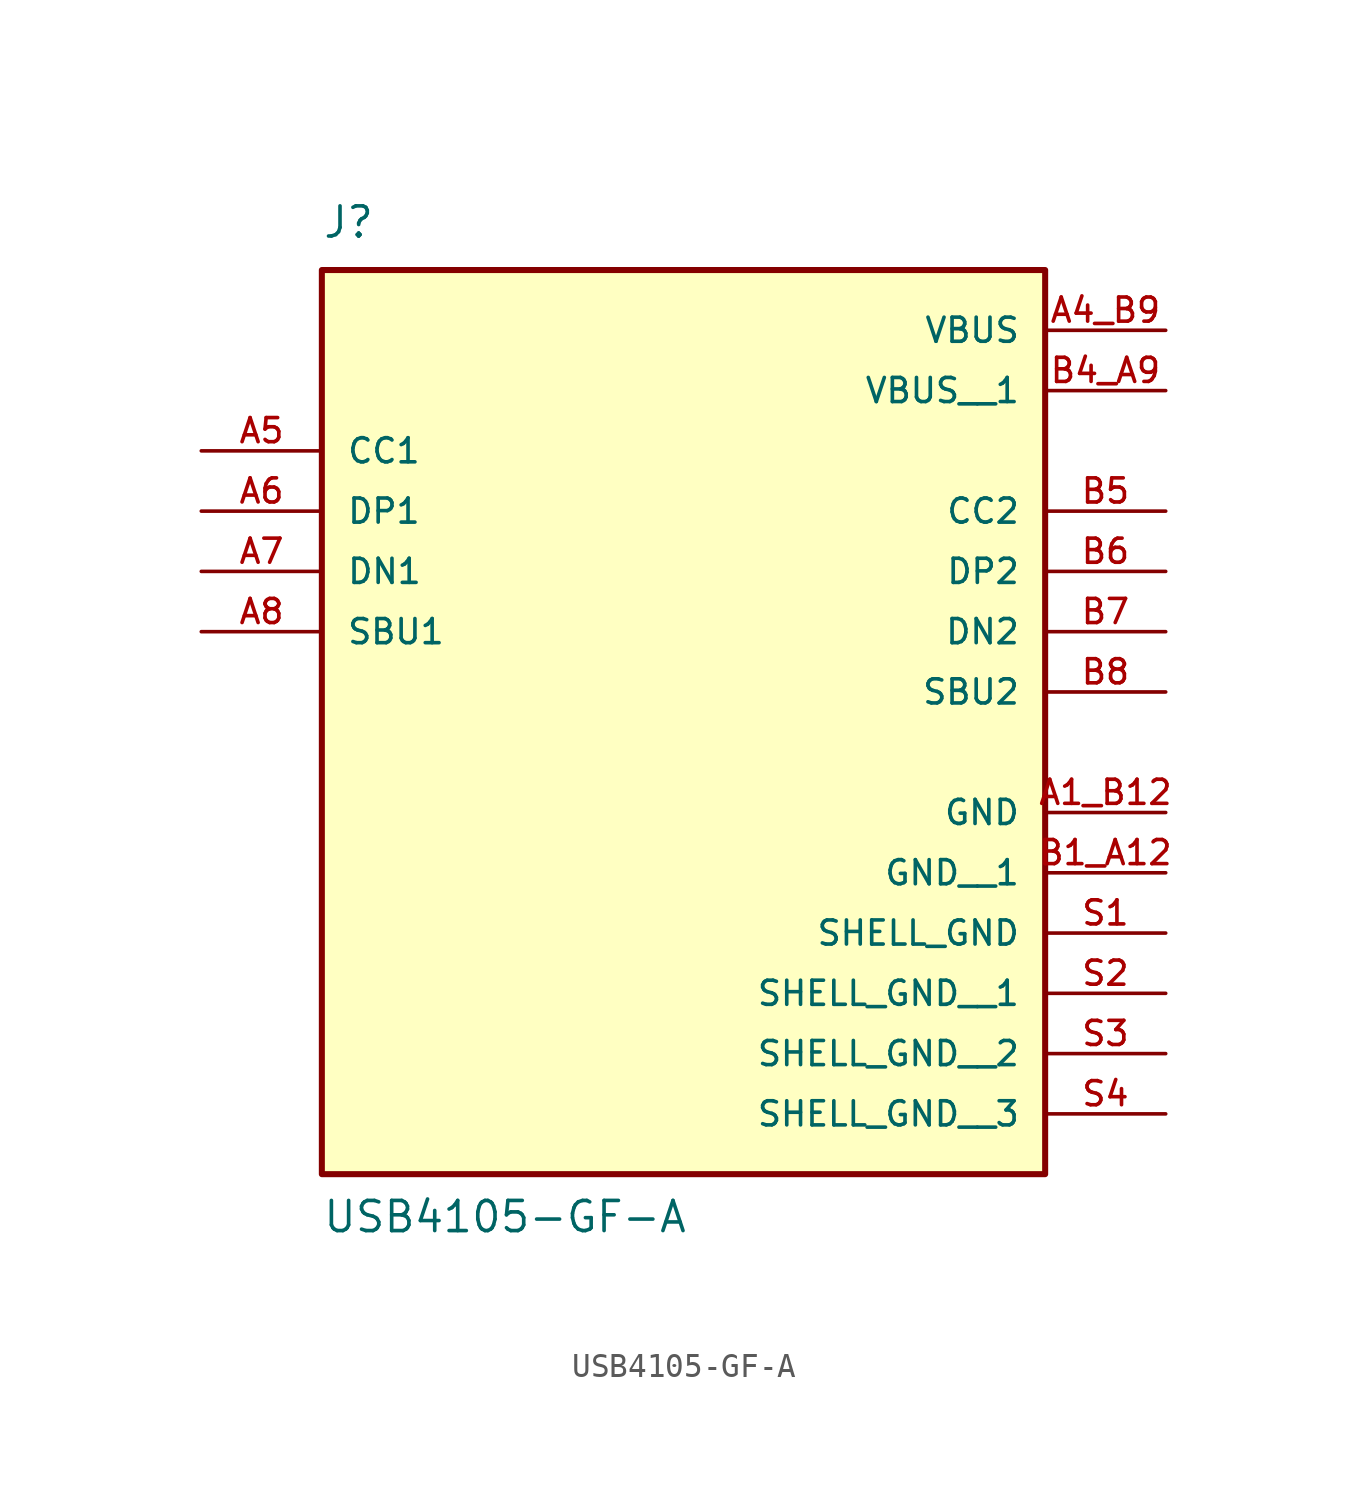
<source format=kicad_sym>
(kicad_symbol_lib
  (version 20220914)
  (generator kicad_symbol_editor)
  (symbol "USB4105-GF-A"
    (pin_names
      (offset 1.016))
    (property "Reference" "J"
      (at -15.24 13.97 0)
      (effects (font (size 1.27 1.27)) (justify left bottom)))
    (property "Value" "USB4105-GF-A"
      (at -15.24 -27.94 0)
      (effects (font (size 1.27 1.27)) (justify left bottom)))
    (property "ki_locked" ""
      (at 0 0 0)
      (effects (font (size 1.27 1.27))))
    (symbol "USB4105-GF-A_0_0"
      (rectangle (start -15.24 -25.4) (end 15.24 12.7) (stroke (width 0.254) (type solid)) (fill (type background)))
      (pin power_in line (at 20.32 -10.16 180) (length 5.08) (name "GND" (effects (font (size 1.016 1.016)))) (number "A1_B12" (effects (font (size 1.016 1.016)))))
      (pin power_in line (at 20.32 10.16 180) (length 5.08) (name "VBUS" (effects (font (size 1.016 1.016)))) (number "A4_B9" (effects (font (size 1.016 1.016)))))
      (pin bidirectional line (at -20.32 5.08 0) (length 5.08) (name "CC1" (effects (font (size 1.016 1.016)))) (number "A5" (effects (font (size 1.016 1.016)))))
      (pin bidirectional line (at -20.32 2.54 0) (length 5.08) (name "DP1" (effects (font (size 1.016 1.016)))) (number "A6" (effects (font (size 1.016 1.016)))))
      (pin bidirectional line (at -20.32 0 0) (length 5.08) (name "DN1" (effects (font (size 1.016 1.016)))) (number "A7" (effects (font (size 1.016 1.016)))))
      (pin bidirectional line (at -20.32 -2.54 0) (length 5.08) (name "SBU1" (effects (font (size 1.016 1.016)))) (number "A8" (effects (font (size 1.016 1.016)))))
      (pin power_in line (at 20.32 -12.7 180) (length 5.08) (name "GND__1" (effects (font (size 1.016 1.016)))) (number "B1_A12" (effects (font (size 1.016 1.016)))))
      (pin power_in line (at 20.32 7.62 180) (length 5.08) (name "VBUS__1" (effects (font (size 1.016 1.016)))) (number "B4_A9" (effects (font (size 1.016 1.016)))))
      (pin bidirectional line (at 20.32 2.54 180) (length 5.08) (name "CC2" (effects (font (size 1.016 1.016)))) (number "B5" (effects (font (size 1.016 1.016)))))
      (pin bidirectional line (at 20.32 0 180) (length 5.08) (name "DP2" (effects (font (size 1.016 1.016)))) (number "B6" (effects (font (size 1.016 1.016)))))
      (pin bidirectional line (at 20.32 -2.54 180) (length 5.08) (name "DN2" (effects (font (size 1.016 1.016)))) (number "B7" (effects (font (size 1.016 1.016)))))
      (pin bidirectional line (at 20.32 -5.08 180) (length 5.08) (name "SBU2" (effects (font (size 1.016 1.016)))) (number "B8" (effects (font (size 1.016 1.016)))))
      (pin power_in line (at 20.32 -15.24 180) (length 5.08) (name "SHELL_GND" (effects (font (size 1.016 1.016)))) (number "S1" (effects (font (size 1.016 1.016)))))
      (pin power_in line (at 20.32 -17.78 180) (length 5.08) (name "SHELL_GND__1" (effects (font (size 1.016 1.016)))) (number "S2" (effects (font (size 1.016 1.016)))))
      (pin power_in line (at 20.32 -20.32 180) (length 5.08) (name "SHELL_GND__2" (effects (font (size 1.016 1.016)))) (number "S3" (effects (font (size 1.016 1.016)))))
      (pin power_in line (at 20.32 -22.86 180) (length 5.08) (name "SHELL_GND__3" (effects (font (size 1.016 1.016)))) (number "S4" (effects (font (size 1.016 1.016))))))))
</source>
